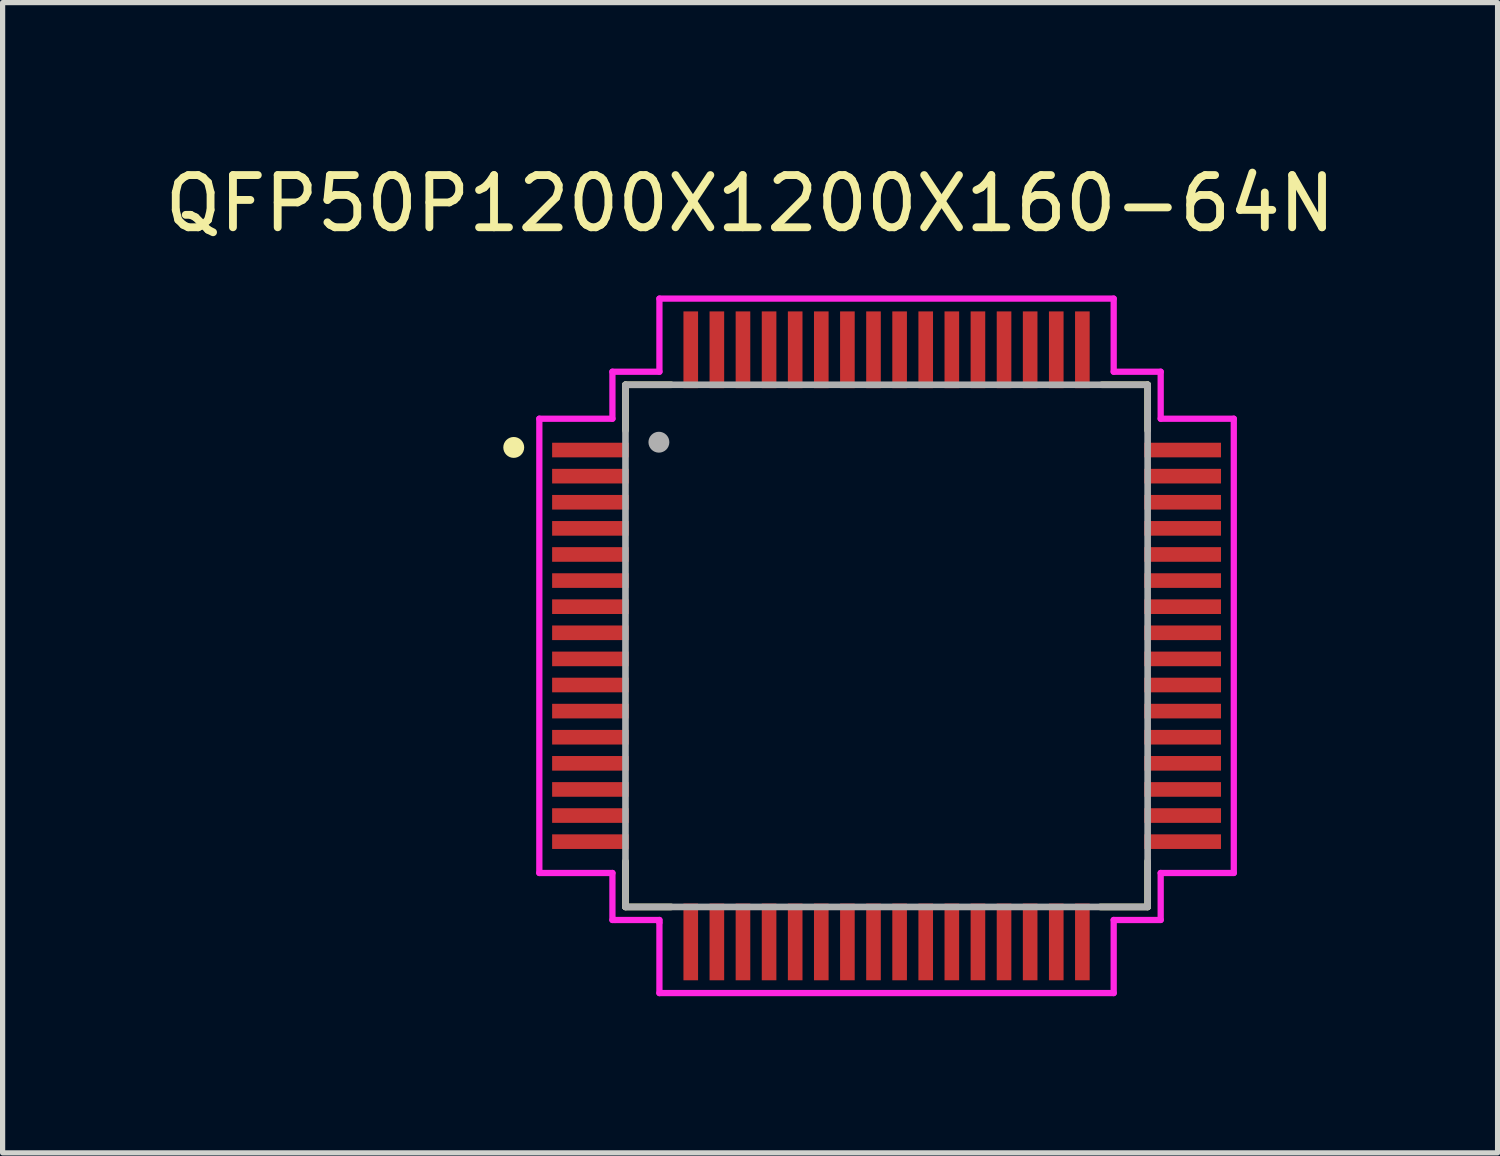
<source format=kicad_pcb>
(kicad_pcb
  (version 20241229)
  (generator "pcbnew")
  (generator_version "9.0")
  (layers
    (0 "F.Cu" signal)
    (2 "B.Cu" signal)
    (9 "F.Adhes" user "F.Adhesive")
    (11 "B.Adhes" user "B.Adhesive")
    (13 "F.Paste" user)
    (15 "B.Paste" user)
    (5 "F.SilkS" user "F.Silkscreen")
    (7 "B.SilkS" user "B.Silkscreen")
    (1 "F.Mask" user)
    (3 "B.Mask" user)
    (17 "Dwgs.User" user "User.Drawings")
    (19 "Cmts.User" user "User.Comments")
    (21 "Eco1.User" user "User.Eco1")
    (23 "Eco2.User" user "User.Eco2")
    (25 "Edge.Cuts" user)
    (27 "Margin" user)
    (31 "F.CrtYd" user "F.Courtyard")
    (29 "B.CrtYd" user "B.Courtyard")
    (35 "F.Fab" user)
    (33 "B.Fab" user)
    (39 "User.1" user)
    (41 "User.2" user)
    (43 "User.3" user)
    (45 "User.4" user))
  (footprint "QFP50P1200X1200X160-64N"
    (layer "F.Cu")
    (at 13.929 9.319)
    (property "Reference" "QFP50P1200X1200X160-64N" (at -2.613 -8.471 0) (layer "F.SilkS") (effects (font (size 1 1) (thickness 0.15))))
    (attr through_hole)
    (fp_line (start -5 -5) (end -5 -4.125) (stroke (width 0.127) (type solid)) (layer "F.SilkS"))
    (fp_line (start -5 -5) (end -4.125 -5) (stroke (width 0.127) (type solid)) (layer "F.SilkS"))
    (fp_line (start -5 5) (end -5 4.125) (stroke (width 0.127) (type solid)) (layer "F.SilkS"))
    (fp_line (start -5 5) (end -4.125 5) (stroke (width 0.127) (type solid)) (layer "F.SilkS"))
    (fp_line (start 5 -5) (end 4.125 -5) (stroke (width 0.127) (type solid)) (layer "F.SilkS"))
    (fp_line (start 5 -5) (end 5 -4.125) (stroke (width 0.127) (type solid)) (layer "F.SilkS"))
    (fp_line (start 5 5) (end 4.093 5) (stroke (width 0.127) (type solid)) (layer "F.SilkS"))
    (fp_line (start 5 5) (end 5 4.125) (stroke (width 0.127) (type solid)) (layer "F.SilkS"))
    (fp_circle (center -7.14 -3.8) (end -7.04 -3.8) (stroke (width 0.2) (type solid)) (fill no) (layer "F.SilkS"))
    (fp_line (start -6.65 -4.35) (end -5.25 -4.35) (stroke (width 0.12) (type solid)) (layer "F.CrtYd"))
    (fp_line (start -6.65 4.35) (end -6.65 -4.35) (stroke (width 0.12) (type solid)) (layer "F.CrtYd"))
    (fp_line (start -5.25 -5.25) (end -4.35 -5.25) (stroke (width 0.12) (type solid)) (layer "F.CrtYd"))
    (fp_line (start -5.25 -4.35) (end -5.25 -5.25) (stroke (width 0.12) (type solid)) (layer "F.CrtYd"))
    (fp_line (start -5.25 4.35) (end -6.65 4.35) (stroke (width 0.12) (type solid)) (layer "F.CrtYd"))
    (fp_line (start -5.25 5.25) (end -5.25 4.35) (stroke (width 0.12) (type solid)) (layer "F.CrtYd"))
    (fp_line (start -5.2 5.25) (end -5.25 5.25) (stroke (width 0.12) (type solid)) (layer "F.CrtYd"))
    (fp_line (start -4.35 -6.65) (end 4.35 -6.65) (stroke (width 0.12) (type solid)) (layer "F.CrtYd"))
    (fp_line (start -4.35 -5.25) (end -4.35 -6.65) (stroke (width 0.12) (type solid)) (layer "F.CrtYd"))
    (fp_line (start -4.35 5.25) (end -5.2 5.25) (stroke (width 0.12) (type solid)) (layer "F.CrtYd"))
    (fp_line (start -4.35 5.3) (end -4.35 5.25) (stroke (width 0.12) (type solid)) (layer "F.CrtYd"))
    (fp_line (start -4.35 6.65) (end -4.35 5.3) (stroke (width 0.12) (type solid)) (layer "F.CrtYd"))
    (fp_line (start 4.35 -6.65) (end 4.35 -5.25) (stroke (width 0.12) (type solid)) (layer "F.CrtYd"))
    (fp_line (start 4.35 -5.25) (end 5.25 -5.25) (stroke (width 0.12) (type solid)) (layer "F.CrtYd"))
    (fp_line (start 4.35 5.25) (end 4.35 6.65) (stroke (width 0.12) (type solid)) (layer "F.CrtYd"))
    (fp_line (start 4.35 6.65) (end -4.35 6.65) (stroke (width 0.12) (type solid)) (layer "F.CrtYd"))
    (fp_line (start 5.25 -5.25) (end 5.25 -4.35) (stroke (width 0.12) (type solid)) (layer "F.CrtYd"))
    (fp_line (start 5.25 4.35) (end 6.65 4.35) (stroke (width 0.12) (type solid)) (layer "F.CrtYd"))
    (fp_line (start 5.25 5.25) (end 4.35 5.25) (stroke (width 0.12) (type solid)) (layer "F.CrtYd"))
    (fp_line (start 5.25 5.25) (end 5.25 4.35) (stroke (width 0.12) (type solid)) (layer "F.CrtYd"))
    (fp_line (start 6.65 -4.35) (end 5.25 -4.35) (stroke (width 0.12) (type solid)) (layer "F.CrtYd"))
    (fp_line (start 6.65 4.35) (end 6.65 -4.35) (stroke (width 0.12) (type solid)) (layer "F.CrtYd"))
    (fp_line (start -5 -5) (end 5 -5) (stroke (width 0.127) (type solid)) (layer "F.Fab"))
    (fp_line (start -5 5) (end -5 -5) (stroke (width 0.127) (type solid)) (layer "F.Fab"))
    (fp_line (start -5 5) (end 5 5) (stroke (width 0.127) (type solid)) (layer "F.Fab"))
    (fp_line (start 5 5) (end 5 -5) (stroke (width 0.127) (type solid)) (layer "F.Fab"))
    (fp_circle (center -4.36 -3.9) (end -4.26 -3.9) (stroke (width 0.2) (type solid)) (fill no) (layer "F.Fab"))
    (pad "1" smd rect (at -5.67 -3.75) (size 1.47 0.28) (layers "F.Cu" "F.Mask" "F.Paste"))
    (pad "2" smd rect (at -5.67 -3.25) (size 1.47 0.28) (layers "F.Cu" "F.Mask" "F.Paste"))
    (pad "3" smd rect (at -5.67 -2.75) (size 1.47 0.28) (layers "F.Cu" "F.Mask" "F.Paste"))
    (pad "4" smd rect (at -5.67 -2.25) (size 1.47 0.28) (layers "F.Cu" "F.Mask" "F.Paste"))
    (pad "5" smd rect (at -5.67 -1.75) (size 1.47 0.28) (layers "F.Cu" "F.Mask" "F.Paste"))
    (pad "6" smd rect (at -5.67 -1.25) (size 1.47 0.28) (layers "F.Cu" "F.Mask" "F.Paste"))
    (pad "7" smd rect (at -5.67 -0.75) (size 1.47 0.28) (layers "F.Cu" "F.Mask" "F.Paste"))
    (pad "8" smd rect (at -5.67 -0.25) (size 1.47 0.28) (layers "F.Cu" "F.Mask" "F.Paste"))
    (pad "9" smd rect (at -5.67 0.25) (size 1.47 0.28) (layers "F.Cu" "F.Mask" "F.Paste"))
    (pad "10" smd rect (at -5.67 0.75) (size 1.47 0.28) (layers "F.Cu" "F.Mask" "F.Paste"))
    (pad "11" smd rect (at -5.67 1.25) (size 1.47 0.28) (layers "F.Cu" "F.Mask" "F.Paste"))
    (pad "12" smd rect (at -5.67 1.75) (size 1.47 0.28) (layers "F.Cu" "F.Mask" "F.Paste"))
    (pad "13" smd rect (at -5.67 2.25) (size 1.47 0.28) (layers "F.Cu" "F.Mask" "F.Paste"))
    (pad "14" smd rect (at -5.67 2.75) (size 1.47 0.28) (layers "F.Cu" "F.Mask" "F.Paste"))
    (pad "15" smd rect (at -5.67 3.25) (size 1.47 0.28) (layers "F.Cu" "F.Mask" "F.Paste"))
    (pad "16" smd rect (at -5.67 3.75) (size 1.47 0.28) (layers "F.Cu" "F.Mask" "F.Paste"))
    (pad "17" smd rect (at -3.75 5.67) (size 0.28 1.47) (layers "F.Cu" "F.Mask" "F.Paste"))
    (pad "18" smd rect (at -3.25 5.67) (size 0.28 1.47) (layers "F.Cu" "F.Mask" "F.Paste"))
    (pad "19" smd rect (at -2.75 5.67) (size 0.28 1.47) (layers "F.Cu" "F.Mask" "F.Paste"))
    (pad "20" smd rect (at -2.25 5.67) (size 0.28 1.47) (layers "F.Cu" "F.Mask" "F.Paste"))
    (pad "21" smd rect (at -1.75 5.67) (size 0.28 1.47) (layers "F.Cu" "F.Mask" "F.Paste"))
    (pad "22" smd rect (at -1.25 5.67) (size 0.28 1.47) (layers "F.Cu" "F.Mask" "F.Paste"))
    (pad "23" smd rect (at -0.75 5.67) (size 0.28 1.47) (layers "F.Cu" "F.Mask" "F.Paste"))
    (pad "24" smd rect (at -0.25 5.67) (size 0.28 1.47) (layers "F.Cu" "F.Mask" "F.Paste"))
    (pad "25" smd rect (at 0.25 5.67) (size 0.28 1.47) (layers "F.Cu" "F.Mask" "F.Paste"))
    (pad "26" smd rect (at 0.75 5.67) (size 0.28 1.47) (layers "F.Cu" "F.Mask" "F.Paste"))
    (pad "27" smd rect (at 1.25 5.67) (size 0.28 1.47) (layers "F.Cu" "F.Mask" "F.Paste"))
    (pad "28" smd rect (at 1.75 5.67) (size 0.28 1.47) (layers "F.Cu" "F.Mask" "F.Paste"))
    (pad "29" smd rect (at 2.25 5.67) (size 0.28 1.47) (layers "F.Cu" "F.Mask" "F.Paste"))
    (pad "30" smd rect (at 2.75 5.67) (size 0.28 1.47) (layers "F.Cu" "F.Mask" "F.Paste"))
    (pad "31" smd rect (at 3.25 5.67) (size 0.28 1.47) (layers "F.Cu" "F.Mask" "F.Paste"))
    (pad "32" smd rect (at 3.75 5.67) (size 0.28 1.47) (layers "F.Cu" "F.Mask" "F.Paste"))
    (pad "33" smd rect (at 5.67 3.75) (size 1.47 0.28) (layers "F.Cu" "F.Mask" "F.Paste"))
    (pad "34" smd rect (at 5.67 3.25) (size 1.47 0.28) (layers "F.Cu" "F.Mask" "F.Paste"))
    (pad "35" smd rect (at 5.67 2.75) (size 1.47 0.28) (layers "F.Cu" "F.Mask" "F.Paste"))
    (pad "36" smd rect (at 5.67 2.25) (size 1.47 0.28) (layers "F.Cu" "F.Mask" "F.Paste"))
    (pad "37" smd rect (at 5.67 1.75) (size 1.47 0.28) (layers "F.Cu" "F.Mask" "F.Paste"))
    (pad "38" smd rect (at 5.67 1.25) (size 1.47 0.28) (layers "F.Cu" "F.Mask" "F.Paste"))
    (pad "39" smd rect (at 5.67 0.75) (size 1.47 0.28) (layers "F.Cu" "F.Mask" "F.Paste"))
    (pad "40" smd rect (at 5.67 0.25) (size 1.47 0.28) (layers "F.Cu" "F.Mask" "F.Paste"))
    (pad "41" smd rect (at 5.67 -0.25) (size 1.47 0.28) (layers "F.Cu" "F.Mask" "F.Paste"))
    (pad "42" smd rect (at 5.67 -0.75) (size 1.47 0.28) (layers "F.Cu" "F.Mask" "F.Paste"))
    (pad "43" smd rect (at 5.67 -1.25) (size 1.47 0.28) (layers "F.Cu" "F.Mask" "F.Paste"))
    (pad "44" smd rect (at 5.67 -1.75) (size 1.47 0.28) (layers "F.Cu" "F.Mask" "F.Paste"))
    (pad "45" smd rect (at 5.67 -2.25) (size 1.47 0.28) (layers "F.Cu" "F.Mask" "F.Paste"))
    (pad "46" smd rect (at 5.67 -2.75) (size 1.47 0.28) (layers "F.Cu" "F.Mask" "F.Paste"))
    (pad "47" smd rect (at 5.67 -3.25) (size 1.47 0.28) (layers "F.Cu" "F.Mask" "F.Paste"))
    (pad "48" smd rect (at 5.67 -3.75) (size 1.47 0.28) (layers "F.Cu" "F.Mask" "F.Paste"))
    (pad "49" smd rect (at 3.75 -5.67) (size 0.28 1.47) (layers "F.Cu" "F.Mask" "F.Paste"))
    (pad "50" smd rect (at 3.25 -5.67) (size 0.28 1.47) (layers "F.Cu" "F.Mask" "F.Paste"))
    (pad "51" smd rect (at 2.75 -5.67) (size 0.28 1.47) (layers "F.Cu" "F.Mask" "F.Paste"))
    (pad "52" smd rect (at 2.25 -5.67) (size 0.28 1.47) (layers "F.Cu" "F.Mask" "F.Paste"))
    (pad "53" smd rect (at 1.75 -5.67) (size 0.28 1.47) (layers "F.Cu" "F.Mask" "F.Paste"))
    (pad "54" smd rect (at 1.25 -5.67) (size 0.28 1.47) (layers "F.Cu" "F.Mask" "F.Paste"))
    (pad "55" smd rect (at 0.75 -5.67) (size 0.28 1.47) (layers "F.Cu" "F.Mask" "F.Paste"))
    (pad "56" smd rect (at 0.25 -5.67) (size 0.28 1.47) (layers "F.Cu" "F.Mask" "F.Paste"))
    (pad "57" smd rect (at -0.25 -5.67) (size 0.28 1.47) (layers "F.Cu" "F.Mask" "F.Paste"))
    (pad "58" smd rect (at -0.75 -5.67) (size 0.28 1.47) (layers "F.Cu" "F.Mask" "F.Paste"))
    (pad "59" smd rect (at -1.25 -5.67) (size 0.28 1.47) (layers "F.Cu" "F.Mask" "F.Paste"))
    (pad "60" smd rect (at -1.75 -5.67) (size 0.28 1.47) (layers "F.Cu" "F.Mask" "F.Paste"))
    (pad "61" smd rect (at -2.25 -5.67) (size 0.28 1.47) (layers "F.Cu" "F.Mask" "F.Paste"))
    (pad "62" smd rect (at -2.75 -5.67) (size 0.28 1.47) (layers "F.Cu" "F.Mask" "F.Paste"))
    (pad "63" smd rect (at -3.25 -5.67) (size 0.28 1.47) (layers "F.Cu" "F.Mask" "F.Paste"))
    (pad "64" smd rect (at -3.75 -5.67) (size 0.28 1.47) (layers "F.Cu" "F.Mask" "F.Paste")))
  (gr_rect
    (start -3 -3)
    (end 25.631 19.029)
    (stroke (width 0.1) (type default))
    (fill no)
    (layer "Edge.Cuts")))
</source>
